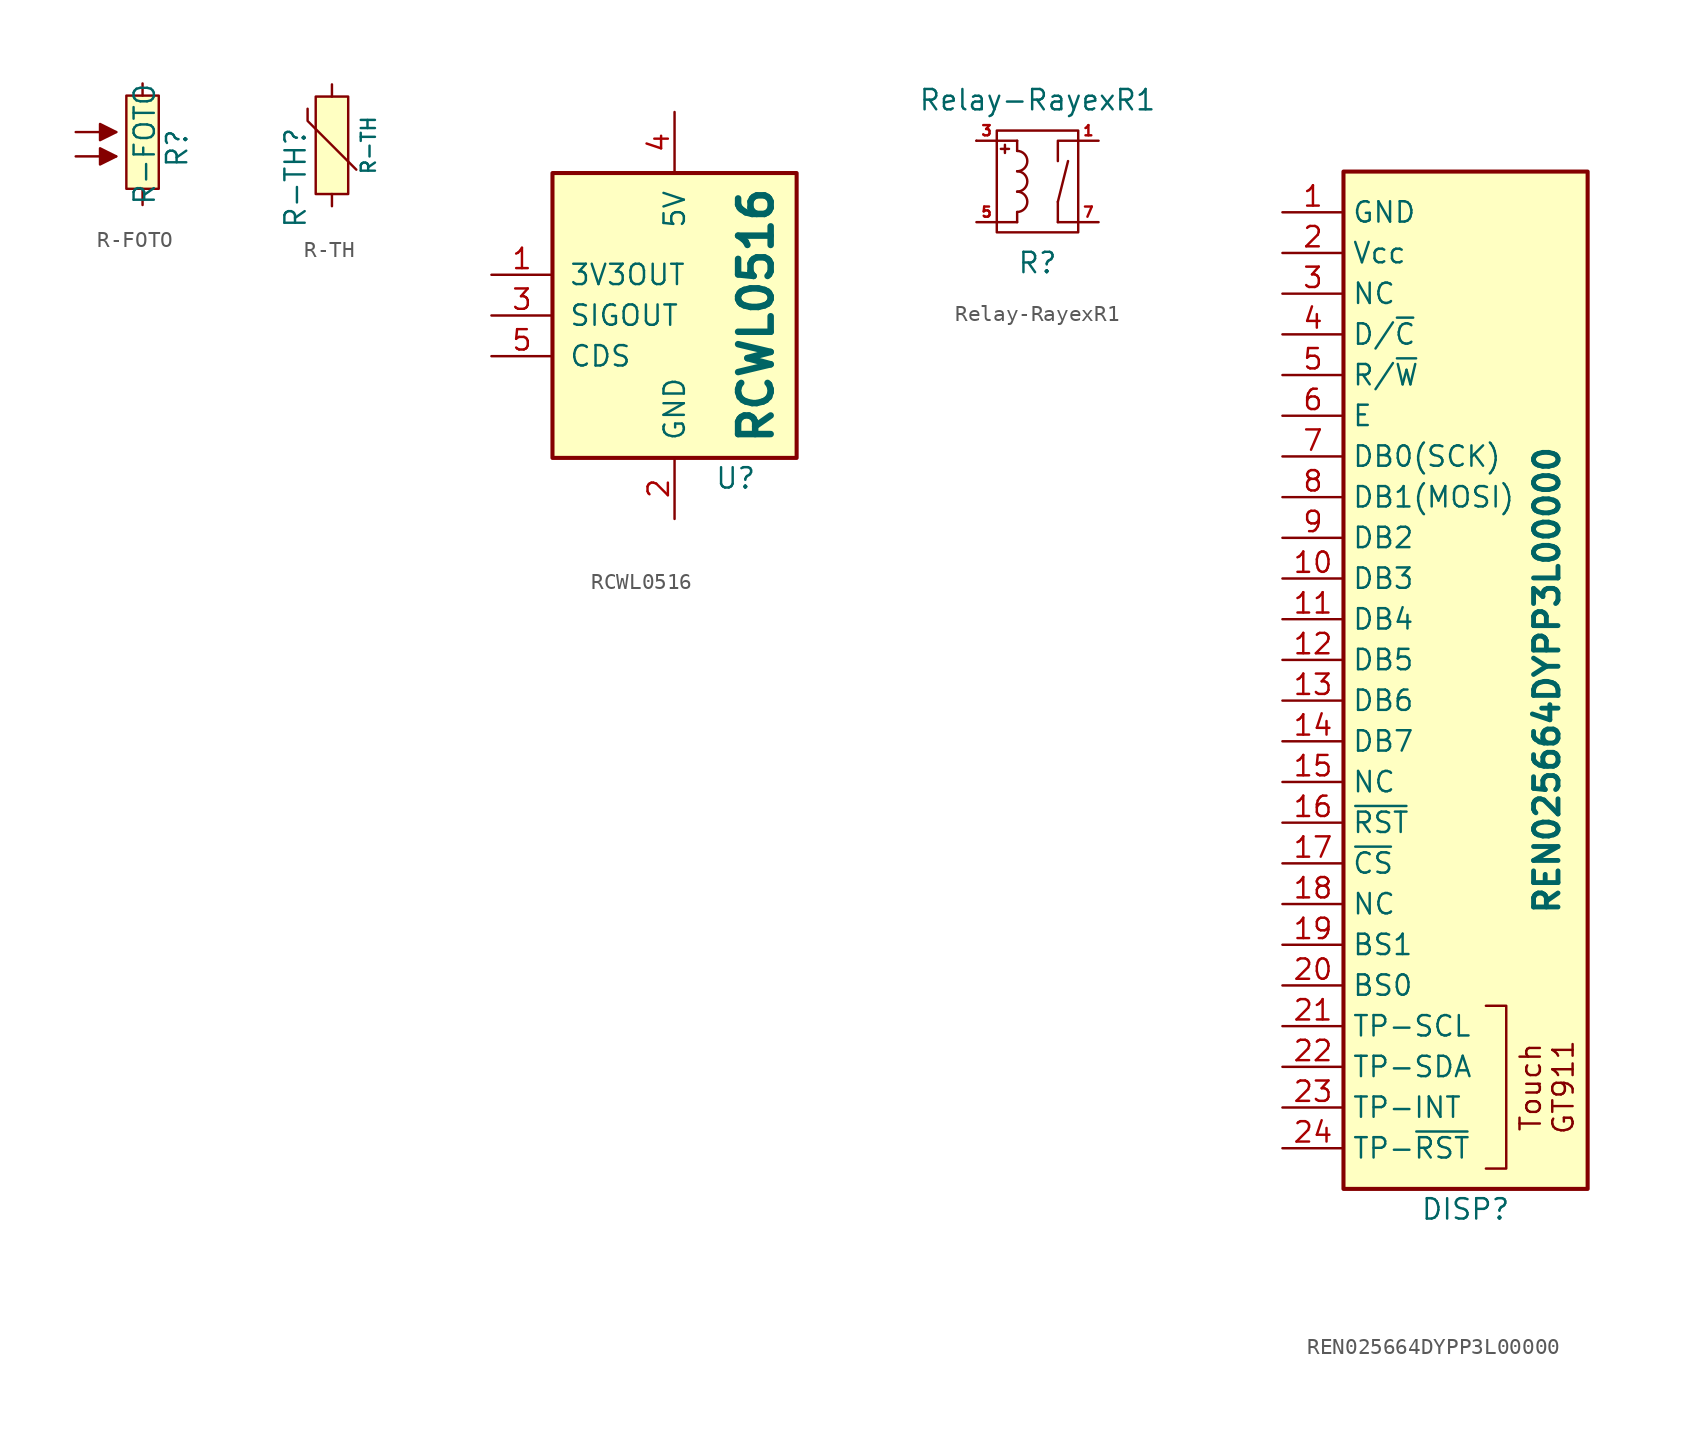
<source format=kicad_sym>
(kicad_symbol_lib
  (version 20231120)
  (generator "kicad_symbol_editor")
  (generator_version "8.0")
  (symbol "R-FOTO"
    (pin_numbers hide)
    (pin_names
      (offset 0))
    (property "Reference" "R"
      (at 2.159 -0.254 90)
      (effects (font (size 1.27 1.27))))
    (property "Value" "R-FOTO"
      (at 0.127 0 90)
      (effects (font (size 1.27 1.27))))
    (property "Footprint" ""
      (at 0 0 0)
      (effects (font (size 1.524 1.524))))
    (property "Datasheet" ""
      (at 0 0 0)
      (effects (font (size 1.524 1.524))))
    (symbol "R-FOTO_0_1"
      (rectangle (start -1.016 3.048) (end 1.016 -2.794) (stroke (width 0) (type default)) (fill (type background)))
      (polyline (pts (xy -1.651 -0.762) (xy -4.191 -0.762)) (stroke (width 0) (type default)) (fill (type none)))
      (polyline (pts (xy -1.651 0.762) (xy -4.191 0.762)) (stroke (width 0) (type default)) (fill (type none)))
      (polyline (pts (xy -1.651 -0.762) (xy -2.667 -0.254) (xy -2.667 -1.27) (xy -1.651 -0.762)) (stroke (width 0) (type default)) (fill (type outline)))
      (polyline (pts (xy -1.651 0.762) (xy -2.667 1.27) (xy -2.667 0.254) (xy -1.651 0.762)) (stroke (width 0) (type default)) (fill (type outline))))
    (symbol "R-FOTO_1_1"
      (pin passive line (at 0 3.81 270) (length 0.762) (name "~" (effects (font (size 1.524 1.524)))) (number "1" (effects (font (size 1.524 1.524)))))
      (pin passive line (at 0 -3.81 90) (length 1.016) (name "~" (effects (font (size 1.524 1.524)))) (number "2" (effects (font (size 1.524 1.524)))))))
  (symbol "R-TH"
    (pin_numbers hide)
    (pin_names
      (offset 0))
    (property "Reference" "R-TH"
      (at -2.286 -2.032 90)
      (effects (font (size 1.27 1.27))))
    (property "Value" "R-TH"
      (at 2.286 0 90)
      (effects (font (size 0.889 0.889))))
    (property "Datasheet" ""
      (at 0 0 0)
      (effects (font (size 1.524 1.524))))
    (symbol "R-TH_0_1"
      (rectangle (start -1.016 3.048) (end 1.016 -3.048) (stroke (width 0) (type default)) (fill (type background)))
      (polyline (pts (xy 1.524 -1.524) (xy -1.524 1.524) (xy -1.524 2.286)) (stroke (width 0) (type default)) (fill (type none))))
    (symbol "R-TH_1_1"
      (pin passive line (at 0 3.81 270) (length 0.762) (name "~" (effects (font (size 1.524 1.524)))) (number "1" (effects (font (size 1.524 1.524)))))
      (pin passive line (at 0 -3.81 90) (length 0.762) (name "~" (effects (font (size 1.524 1.524)))) (number "2" (effects (font (size 1.524 1.524)))))))
  (symbol "RCWL0516"
    (pin_names
      (offset 1.016))
    (property "Reference" "U"
      (at 3.81 -10.16 0)
      (effects (font (size 1.27 1.27))))
    (property "Value" "RCWL0516"
      (at 5.08 0 90)
      (effects (font (size 2.032 2.032) (bold yes))))
    (symbol "RCWL0516_0_1"
      (rectangle (start -7.62 8.89) (end 7.62 -8.89) (stroke (width 0.254) (type default)) (fill (type background))))
    (symbol "RCWL0516_1_1"
      (pin passive line (at -11.43 2.54 0) (length 3.81) (name "3V3OUT" (effects (font (size 1.27 1.27)))) (number "1" (effects (font (size 1.27 1.27)))))
      (pin passive line (at 0 -12.7 90) (length 3.81) (name "GND" (effects (font (size 1.27 1.27)))) (number "2" (effects (font (size 1.27 1.27)))))
      (pin passive line (at -11.43 0 0) (length 3.81) (name "SIGOUT" (effects (font (size 1.27 1.27)))) (number "3" (effects (font (size 1.27 1.27)))))
      (pin passive line (at 0 12.7 270) (length 3.81) (name "5V" (effects (font (size 1.27 1.27)))) (number "4" (effects (font (size 1.27 1.27)))))
      (pin passive line (at -11.43 -2.54 0) (length 3.81) (name "CDS" (effects (font (size 1.27 1.27)))) (number "5" (effects (font (size 1.27 1.27)))))))
  (symbol "Relay-RayexR1"
    (pin_names
      (offset 1.016))
    (property "Reference" "R"
      (at 0 -5.08 0)
      (effects (font (size 1.27 1.27))))
    (property "Value" "Relay-RayexR1"
      (at 0 5.08 0)
      (effects (font (size 1.27 1.27))))
    (symbol "Relay-RayexR1_0_1"
      (rectangle (start -3.81 2.54) (end -3.81 2.54) (stroke (width 0) (type default)) (fill (type none)))
      (rectangle (start -2.54 3.175) (end 2.54 -3.175) (stroke (width 0) (type default)) (fill (type none)))
      (arc (start -1.27 -1.905) (mid -0.6377 -1.27) (end -1.27 -0.635) (stroke (width 0) (type default)) (fill (type none)))
      (arc (start -1.27 -0.635) (mid -0.6377 0) (end -1.27 0.635) (stroke (width 0) (type default)) (fill (type none)))
      (arc (start -1.27 0.635) (mid -0.6377 1.27) (end -1.27 1.905) (stroke (width 0) (type default)) (fill (type none)))
      (polyline (pts (xy -2.54 -2.54) (xy -1.27 -2.54)) (stroke (width 0) (type default)) (fill (type none)))
      (polyline (pts (xy -2.286 2.032) (xy -1.778 2.032)) (stroke (width 0) (type default)) (fill (type none)))
      (polyline (pts (xy -2.032 2.286) (xy -2.032 1.778)) (stroke (width 0) (type default)) (fill (type none)))
      (polyline (pts (xy -1.27 -1.905) (xy -1.27 -2.54)) (stroke (width 0) (type default)) (fill (type none)))
      (polyline (pts (xy -1.27 2.54) (xy -2.54 2.54)) (stroke (width 0) (type default)) (fill (type none)))
      (polyline (pts (xy -1.27 2.54) (xy -1.27 1.905)) (stroke (width 0) (type default)) (fill (type none)))
      (polyline (pts (xy 1.27 -2.54) (xy 1.27 -1.27)) (stroke (width 0) (type default)) (fill (type none)))
      (polyline (pts (xy 1.27 -2.54) (xy 2.54 -2.54)) (stroke (width 0) (type default)) (fill (type none)))
      (polyline (pts (xy 1.27 -1.27) (xy 1.905 1.27)) (stroke (width 0) (type default)) (fill (type none)))
      (polyline (pts (xy 1.27 1.27) (xy 1.27 2.54) (xy 2.54 2.54)) (stroke (width 0) (type default)) (fill (type none))))
    (symbol "Relay-RayexR1_1_1"
      (pin passive line (at 3.81 2.54 180) (length 1.27) (name "~" (effects (font (size 0.635 0.635)))) (number "1" (effects (font (size 0.635 0.635)))))
      (pin passive line (at -3.81 2.54 0) (length 1.27) (name "~" (effects (font (size 1.27 1.27)))) (number "3" (effects (font (size 0.635 0.635)))))
      (pin passive line (at -3.81 -2.54 0) (length 1.27) (name "~" (effects (font (size 1.27 1.27)))) (number "5" (effects (font (size 0.635 0.635)))))
      (pin passive line (at 3.81 -2.54 180) (length 1.27) (name "~" (effects (font (size 1.27 1.27)))) (number "7" (effects (font (size 0.635 0.635)))))))
  (symbol "REN025664DYPP3L00000"
    (property "Reference" "DISP"
      (at 0 -33.02 0)
      (effects (font (size 1.27 1.27))))
    (property "Value" "REN025664DYPP3L00000"
      (at 5.08 0 90)
      (effects (font (size 1.524 1.524) (bold yes))))
    (property "ki_locked" ""
      (at 0 0 0)
      (effects (font (size 1.27 1.27))))
    (symbol "REN025664DYPP3L00000_1_1"
      (rectangle (start -7.62 31.75) (end 7.62 -31.75) (stroke (width 0.254) (type default)) (fill (type background)))
      (polyline (pts (xy 1.27 -20.32) (xy 2.54 -20.32) (xy 2.54 -30.48) (xy 1.27 -30.48)) (stroke (width 0) (type default)) (fill (type none)))
      (text "Touch\nGT911" (at 5.08 -25.4 900) (effects (font (size 1.27 1.27))))
      (pin passive line (at -11.43 29.21 0) (length 3.81) (name "GND" (effects (font (size 1.27 1.27)))) (number "1" (effects (font (size 1.27 1.27)))))
      (pin passive line (at -11.43 6.35 0) (length 3.81) (name "DB3" (effects (font (size 1.27 1.27)))) (number "10" (effects (font (size 1.27 1.27)))))
      (pin passive line (at -11.43 3.81 0) (length 3.81) (name "DB4" (effects (font (size 1.27 1.27)))) (number "11" (effects (font (size 1.27 1.27)))))
      (pin passive line (at -11.43 1.27 0) (length 3.81) (name "DB5" (effects (font (size 1.27 1.27)))) (number "12" (effects (font (size 1.27 1.27)))))
      (pin passive line (at -11.43 -1.27 0) (length 3.81) (name "DB6" (effects (font (size 1.27 1.27)))) (number "13" (effects (font (size 1.27 1.27)))))
      (pin passive line (at -11.43 -3.81 0) (length 3.81) (name "DB7" (effects (font (size 1.27 1.27)))) (number "14" (effects (font (size 1.27 1.27)))))
      (pin passive line (at -11.43 -6.35 0) (length 3.81) (name "NC" (effects (font (size 1.27 1.27)))) (number "15" (effects (font (size 1.27 1.27)))))
      (pin passive line (at -11.43 -8.89 0) (length 3.81) (name "~{RST}" (effects (font (size 1.27 1.27)))) (number "16" (effects (font (size 1.27 1.27)))))
      (pin passive line (at -11.43 -11.43 0) (length 3.81) (name "~{CS}" (effects (font (size 1.27 1.27)))) (number "17" (effects (font (size 1.27 1.27)))))
      (pin passive line (at -11.43 -13.97 0) (length 3.81) (name "NC" (effects (font (size 1.27 1.27)))) (number "18" (effects (font (size 1.27 1.27)))))
      (pin passive line (at -11.43 -16.51 0) (length 3.81) (name "BS1" (effects (font (size 1.27 1.27)))) (number "19" (effects (font (size 1.27 1.27)))))
      (pin passive line (at -11.43 26.67 0) (length 3.81) (name "Vcc" (effects (font (size 1.27 1.27)))) (number "2" (effects (font (size 1.27 1.27)))))
      (pin passive line (at -11.43 -19.05 0) (length 3.81) (name "BS0" (effects (font (size 1.27 1.27)))) (number "20" (effects (font (size 1.27 1.27)))))
      (pin passive line (at -11.43 -21.59 0) (length 3.81) (name "TP-SCL" (effects (font (size 1.27 1.27)))) (number "21" (effects (font (size 1.27 1.27)))))
      (pin passive line (at -11.43 -24.13 0) (length 3.81) (name "TP-SDA" (effects (font (size 1.27 1.27)))) (number "22" (effects (font (size 1.27 1.27)))))
      (pin passive line (at -11.43 -26.67 0) (length 3.81) (name "TP-INT" (effects (font (size 1.27 1.27)))) (number "23" (effects (font (size 1.27 1.27)))))
      (pin passive line (at -11.43 -29.21 0) (length 3.81) (name "TP-~{RST}" (effects (font (size 1.27 1.27)))) (number "24" (effects (font (size 1.27 1.27)))))
      (pin passive line (at -11.43 24.13 0) (length 3.81) (name "NC" (effects (font (size 1.27 1.27)))) (number "3" (effects (font (size 1.27 1.27)))))
      (pin passive line (at -11.43 21.59 0) (length 3.81) (name "D/~{C}" (effects (font (size 1.27 1.27)))) (number "4" (effects (font (size 1.27 1.27)))))
      (pin passive line (at -11.43 19.05 0) (length 3.81) (name "R/~{W}" (effects (font (size 1.27 1.27)))) (number "5" (effects (font (size 1.27 1.27)))))
      (pin passive line (at -11.43 16.51 0) (length 3.81) (name "E" (effects (font (size 1.27 1.27)))) (number "6" (effects (font (size 1.27 1.27)))))
      (pin passive line (at -11.43 13.97 0) (length 3.81) (name "DB0(SCK)" (effects (font (size 1.27 1.27)))) (number "7" (effects (font (size 1.27 1.27)))))
      (pin passive line (at -11.43 11.43 0) (length 3.81) (name "DB1(MOSI)" (effects (font (size 1.27 1.27)))) (number "8" (effects (font (size 1.27 1.27)))))
      (pin passive line (at -11.43 8.89 0) (length 3.81) (name "DB2" (effects (font (size 1.27 1.27)))) (number "9" (effects (font (size 1.27 1.27))))))))
</source>
